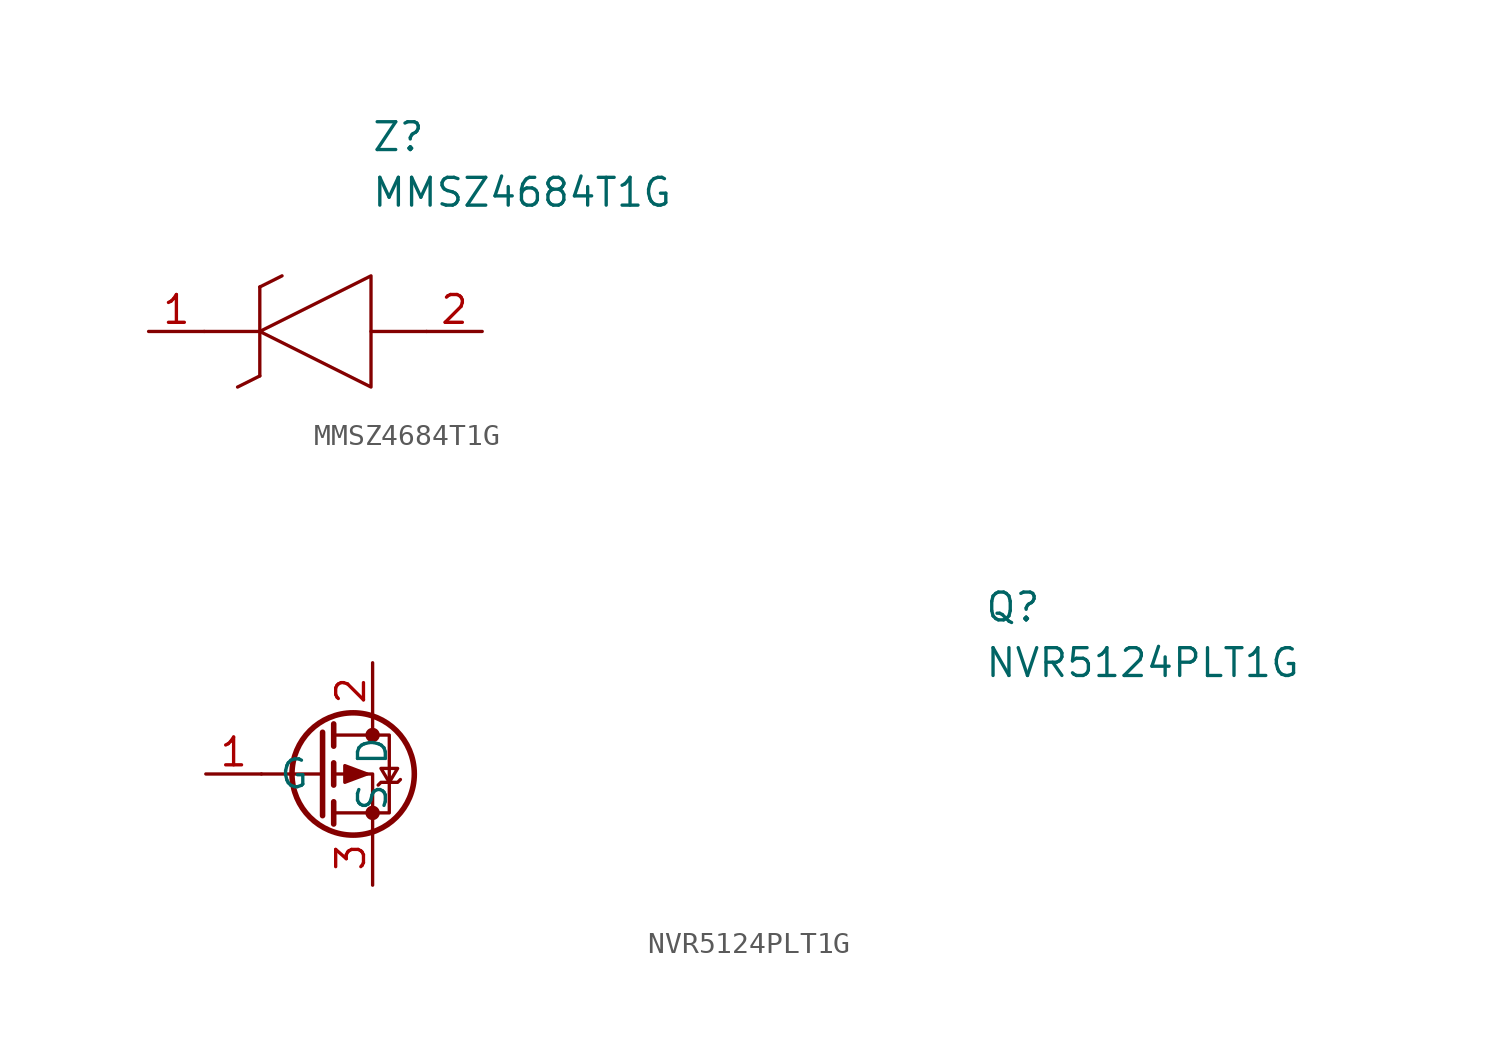
<source format=kicad_sym>
(kicad_symbol_lib
  (version 20211014)
  (generator kicad_symbol_editor)
  (symbol "MMSZ4684T1G"
    (pin_names
      (offset 0.762))
    (property "Reference" "Z"
      (at 10.16 8.89 0)
      (effects (font (size 1.27 1.27)) (justify left)))
    (property "Value" "MMSZ4684T1G"
      (at 10.16 6.35 0)
      (effects (font (size 1.27 1.27)) (justify left)))
    (symbol "MMSZ4684T1G_0_0"
      (pin passive line (at 0 0 0) (length 2.54) (name "~" (effects (font (size 1.27 1.27)))) (number "1" (effects (font (size 1.27 1.27)))))
      (pin passive line (at 15.24 0 180) (length 2.54) (name "~" (effects (font (size 1.27 1.27)))) (number "2" (effects (font (size 1.27 1.27))))))
    (symbol "MMSZ4684T1G_0_1"
      (polyline (pts (xy 2.54 0) (xy 5.08 0)) (stroke (width 0.152) (type default) (color 0 0 0 0)) (fill (type none)))
      (polyline (pts (xy 4.064 -2.54) (xy 5.08 -2.032)) (stroke (width 0.152) (type default) (color 0 0 0 0)) (fill (type none)))
      (polyline (pts (xy 5.08 2.032) (xy 5.08 -2.032)) (stroke (width 0.152) (type default) (color 0 0 0 0)) (fill (type none)))
      (polyline (pts (xy 5.08 2.032) (xy 6.096 2.54)) (stroke (width 0.152) (type default) (color 0 0 0 0)) (fill (type none)))
      (polyline (pts (xy 12.7 0) (xy 10.16 0)) (stroke (width 0.152) (type default) (color 0 0 0 0)) (fill (type none)))
      (polyline (pts (xy 5.08 0) (xy 10.16 2.54) (xy 10.16 -2.54) (xy 5.08 0)) (stroke (width 0.152) (type default) (color 0 0 0 0)) (fill (type none)))))
  (symbol "NVR5124PLT1G"
    (pin_names
      (offset 0.762))
    (property "Reference" "Q"
      (at 29.21 7.62 0)
      (effects (font (size 1.27 1.27)) (justify left)))
    (property "Value" "NVR5124PLT1G"
      (at 29.21 5.08 0)
      (effects (font (size 1.27 1.27)) (justify left)))
    (symbol "NVR5124PLT1G_1_1"
      (polyline (pts (xy -1.016 0) (xy -3.81 0)) (stroke (width 0) (type default) (color 0 0 0 0)) (fill (type none)))
      (polyline (pts (xy -1.016 1.905) (xy -1.016 -1.905)) (stroke (width 0.254) (type default) (color 0 0 0 0)) (fill (type none)))
      (polyline (pts (xy -0.508 -1.27) (xy -0.508 -2.286)) (stroke (width 0.254) (type default) (color 0 0 0 0)) (fill (type none)))
      (polyline (pts (xy -0.508 0.508) (xy -0.508 -0.508)) (stroke (width 0.254) (type default) (color 0 0 0 0)) (fill (type none)))
      (polyline (pts (xy -0.508 2.286) (xy -0.508 1.27)) (stroke (width 0.254) (type default) (color 0 0 0 0)) (fill (type none)))
      (polyline (pts (xy 1.27 2.54) (xy 1.27 1.778)) (stroke (width 0) (type default) (color 0 0 0 0)) (fill (type none)))
      (polyline (pts (xy 1.27 -2.54) (xy 1.27 0) (xy -0.508 0)) (stroke (width 0) (type default) (color 0 0 0 0)) (fill (type none)))
      (polyline (pts (xy -0.508 1.778) (xy 2.032 1.778) (xy 2.032 -1.778) (xy -0.508 -1.778)) (stroke (width 0) (type default) (color 0 0 0 0)) (fill (type none)))
      (polyline (pts (xy 1.016 0) (xy 0 0.381) (xy 0 -0.381) (xy 1.016 0)) (stroke (width 0) (type default) (color 0 0 0 0)) (fill (type outline)))
      (polyline (pts (xy 1.524 -0.508) (xy 1.651 -0.381) (xy 2.413 -0.381) (xy 2.54 -0.254)) (stroke (width 0) (type default) (color 0 0 0 0)) (fill (type none)))
      (polyline (pts (xy 2.032 -0.381) (xy 1.651 0.254) (xy 2.413 0.254) (xy 2.032 -0.381)) (stroke (width 0) (type default) (color 0 0 0 0)) (fill (type none)))
      (circle (center 0.381 0) (radius 2.794) (stroke (width 0.254) (type default) (color 0 0 0 0)) (fill (type none)))
      (circle (center 1.27 -1.778) (radius 0.254) (stroke (width 0) (type default) (color 0 0 0 0)) (fill (type outline)))
      (circle (center 1.27 1.778) (radius 0.254) (stroke (width 0) (type default) (color 0 0 0 0)) (fill (type outline)))
      (pin input line (at -6.35 0 0) (length 2.54) (name "G" (effects (font (size 1.27 1.27)))) (number "1" (effects (font (size 1.27 1.27)))))
      (pin passive line (at 1.27 5.08 270) (length 2.54) (name "D" (effects (font (size 1.27 1.27)))) (number "2" (effects (font (size 1.27 1.27)))))
      (pin passive line (at 1.27 -5.08 90) (length 2.54) (name "S" (effects (font (size 1.27 1.27)))) (number "3" (effects (font (size 1.27 1.27))))))))
</source>
